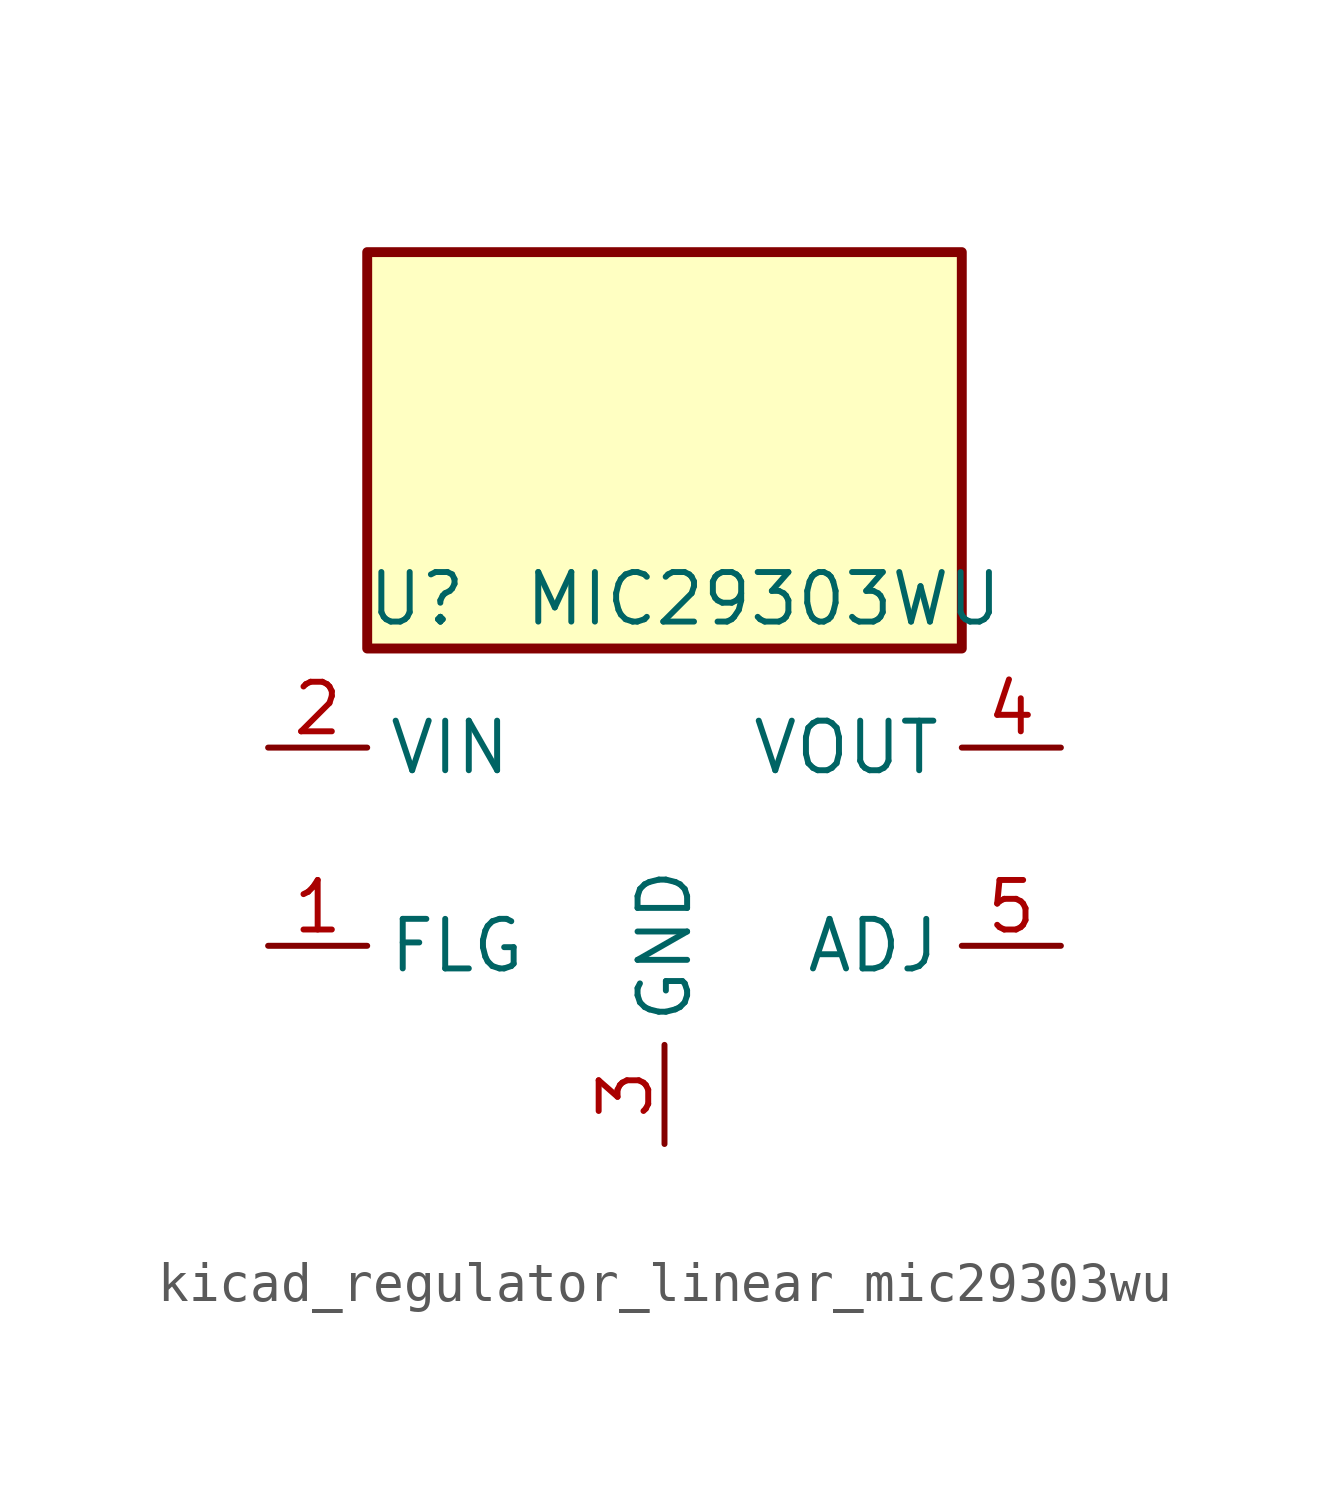
<source format=kicad_sym>
(kicad_symbol_lib
  (version 20220914)
  (generator kicad_symbol_editor)
  (symbol "kicad_regulator_linear_mic29303wu"
    (property "Reference" "U"
      (at -6.35 6.35 0)
      (effects (font (size 1.27 1.27))))
    (property "Value" "MIC29303WU"
      (at 2.54 6.35 0)
      (effects (font (size 1.27 1.27))))
    (symbol "kicad_regulator_linear_mic29303wu_1_1"
      (rectangle (start 7.62 15.24) (end -7.62 5.08) (stroke (width 0.254) (type default)) (fill (type background)))
      (pin open_collector line (at -10.16 -2.54 0) (length 2.54) (name "FLG" (effects (font (size 1.27 1.27)))) (number "1" (effects (font (size 1.27 1.27)))))
      (pin power_in line (at -10.16 2.54 0) (length 2.54) (name "VIN" (effects (font (size 1.27 1.27)))) (number "2" (effects (font (size 1.27 1.27)))))
      (pin power_in line (at 0 -7.62 90) (length 2.54) (name "GND" (effects (font (size 1.27 1.27)))) (number "3" (effects (font (size 1.27 1.27)))))
      (pin power_out line (at 10.16 2.54 180) (length 2.54) (name "VOUT" (effects (font (size 1.27 1.27)))) (number "4" (effects (font (size 1.27 1.27)))))
      (pin input line (at 10.16 -2.54 180) (length 2.54) (name "ADJ" (effects (font (size 1.27 1.27)))) (number "5" (effects (font (size 1.27 1.27))))))))
</source>
